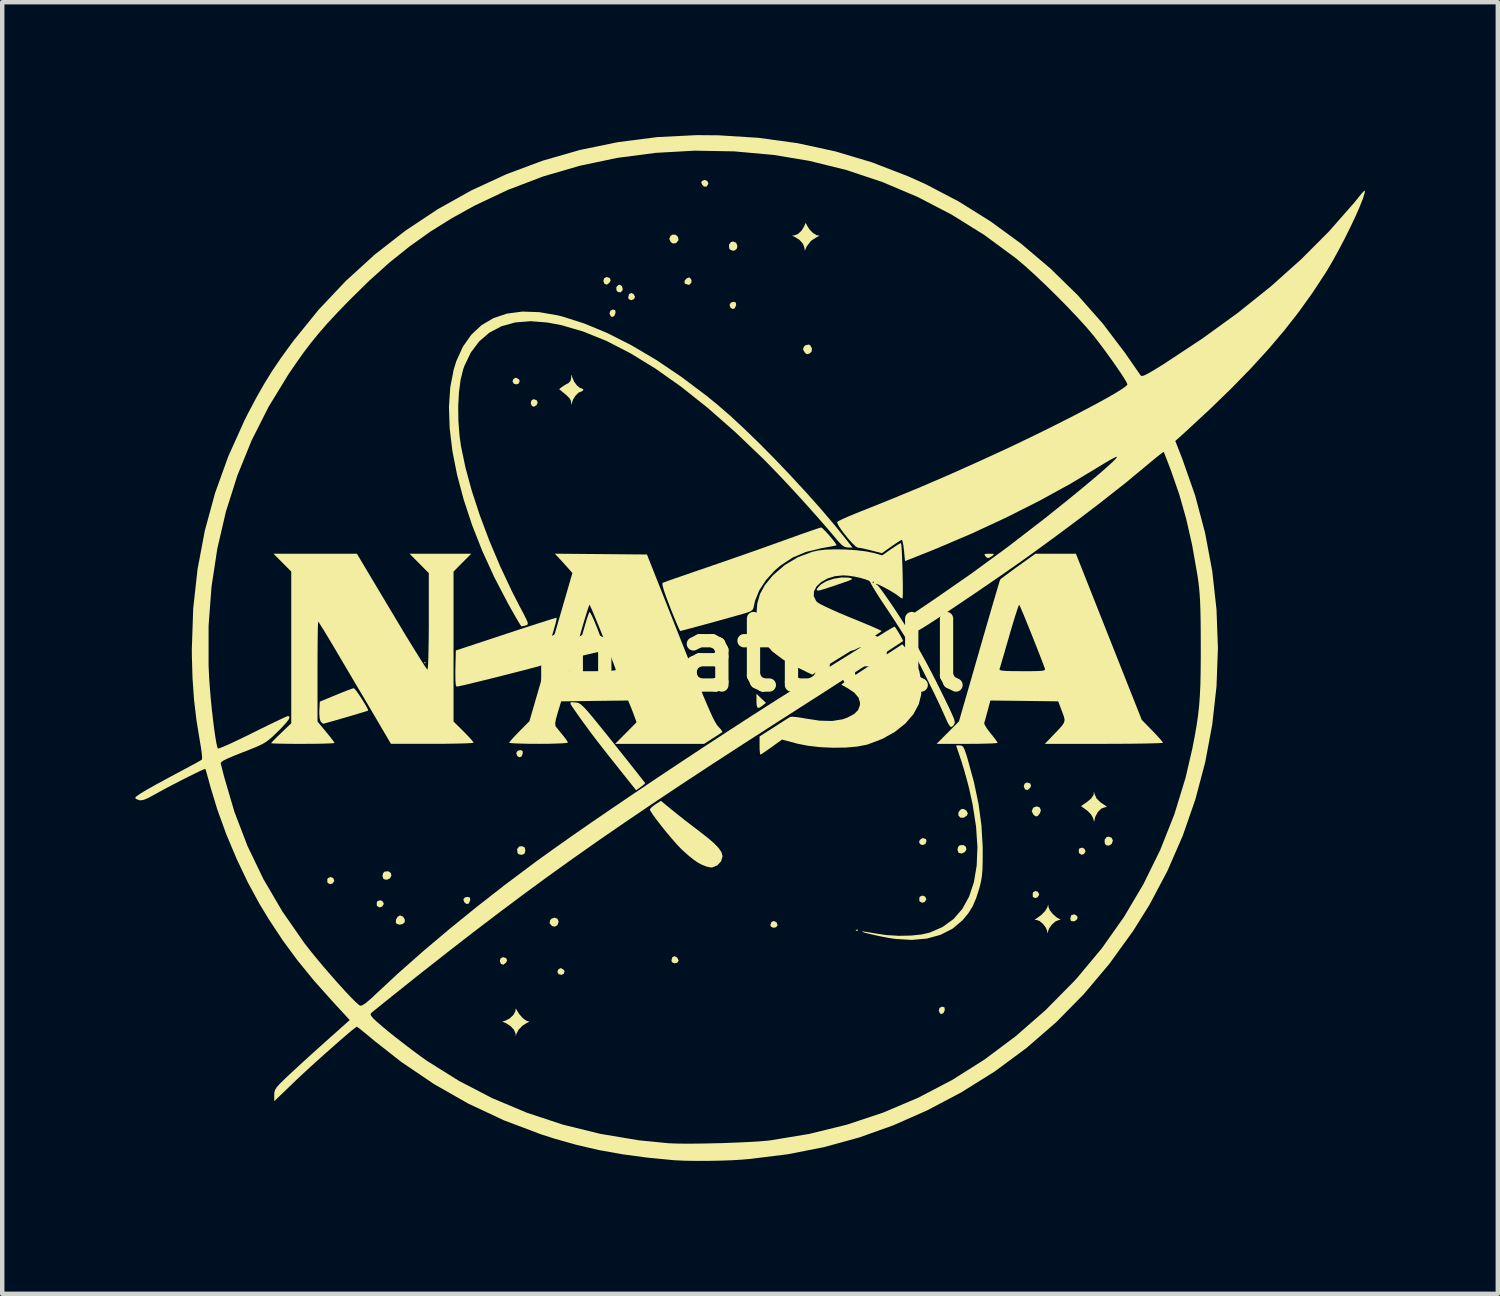
<source format=kicad_pcb>
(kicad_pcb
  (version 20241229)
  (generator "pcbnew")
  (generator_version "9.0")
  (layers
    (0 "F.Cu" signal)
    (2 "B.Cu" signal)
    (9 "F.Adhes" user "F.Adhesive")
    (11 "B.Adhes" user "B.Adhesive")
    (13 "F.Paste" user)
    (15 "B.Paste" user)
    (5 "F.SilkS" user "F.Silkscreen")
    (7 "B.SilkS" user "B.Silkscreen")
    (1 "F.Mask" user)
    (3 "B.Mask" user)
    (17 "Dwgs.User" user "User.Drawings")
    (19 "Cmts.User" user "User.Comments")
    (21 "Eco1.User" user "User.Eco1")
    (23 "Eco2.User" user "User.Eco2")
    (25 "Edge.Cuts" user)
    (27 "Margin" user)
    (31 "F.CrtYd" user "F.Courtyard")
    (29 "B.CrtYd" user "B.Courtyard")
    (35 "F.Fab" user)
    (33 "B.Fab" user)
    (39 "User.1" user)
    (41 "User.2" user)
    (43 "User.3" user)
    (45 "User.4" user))
  (footprint "meatball"
    (layer "F.Cu")
    (at 13.851 11.734)
    (property "Reference" "meatball" (at 0 0 0) (layer "F.SilkS") (effects (font (size 1.5 1.5) (thickness 0.3))))
    (attr board_only exclude_from_pos_files exclude_from_bom)
    (fp_poly (pts (xy -7.292 0.174) (xy -7.309 0.192) (xy -7.327 0.174) (xy -7.309 0.157)) (stroke (width 0) (type solid)) (fill yes) (layer "F.SilkS"))
    (fp_poly (pts (xy 2.466 6.205) (xy 2.461 6.225) (xy 2.442 6.228) (xy 2.414 6.215) (xy 2.419 6.205) (xy 2.46 6.2)) (stroke (width 0) (type solid)) (fill yes) (layer "F.SilkS"))
    (fp_poly (pts (xy -6.292 5.478) (xy -6.287 5.536) (xy -6.317 5.609) (xy -6.369 5.622) (xy -6.418 5.585) (xy -6.443 5.519) (xy -6.408 5.473) (xy -6.346 5.46)) (stroke (width 0) (type solid)) (fill yes) (layer "F.SilkS"))
    (fp_poly (pts (xy -5.106 2.164) (xy -5.1 2.222) (xy -5.13 2.295) (xy -5.183 2.308) (xy -5.223 2.281) (xy -5.249 2.22) (xy -5.22 2.166) (xy -5.158 2.146)) (stroke (width 0) (type solid)) (fill yes) (layer "F.SilkS"))
    (fp_poly (pts (xy -2.6 -8.147) (xy -2.567 -8.087) (xy -2.59 -8.032) (xy -2.655 -8.007) (xy -2.711 -8.034) (xy -2.721 -8.075) (xy -2.7 -8.149) (xy -2.648 -8.17)) (stroke (width 0) (type solid)) (fill yes) (layer "F.SilkS"))
    (fp_poly (pts (xy -1.615 6.831) (xy -1.582 6.896) (xy -1.61 6.945) (xy -1.677 6.961) (xy -1.734 6.935) (xy -1.745 6.893) (xy -1.723 6.819) (xy -1.671 6.799)) (stroke (width 0) (type solid)) (fill yes) (layer "F.SilkS"))
    (fp_poly (pts (xy -0.291 -7.954) (xy -0.285 -7.897) (xy -0.316 -7.824) (xy -0.368 -7.81) (xy -0.409 -7.837) (xy -0.434 -7.899) (xy -0.405 -7.952) (xy -0.343 -7.972)) (stroke (width 0) (type solid)) (fill yes) (layer "F.SilkS"))
    (fp_poly (pts (xy 0.281 0.979) (xy 0.388 1.081) (xy 0.312 1.142) (xy 0.239 1.192) (xy 0.196 1.189) (xy 0.178 1.128) (xy 0.174 1.04) (xy 0.174 0.877)) (stroke (width 0) (type solid)) (fill yes) (layer "F.SilkS"))
    (fp_poly (pts (xy 0.628 6.037) (xy 0.652 6.101) (xy 0.615 6.146) (xy 0.556 6.158) (xy 0.499 6.132) (xy 0.488 6.092) (xy 0.513 6.026) (xy 0.569 6.004)) (stroke (width 0) (type solid)) (fill yes) (layer "F.SilkS"))
    (fp_poly (pts (xy -5.243 -6.256) (xy -5.185 -6.218) (xy -5.171 -6.188) (xy -5.187 -6.131) (xy -5.243 -6.107) (xy -5.303 -6.123) (xy -5.332 -6.171) (xy -5.315 -6.226) (xy -5.266 -6.257)) (stroke (width 0) (type solid)) (fill yes) (layer "F.SilkS"))
    (fp_poly (pts (xy -5.058 4.345) (xy -5.042 4.414) (xy -5.061 4.485) (xy -5.12 4.512) (xy -5.194 4.499) (xy -5.22 4.468) (xy -5.228 4.382) (xy -5.186 4.326) (xy -5.12 4.315)) (stroke (width 0) (type solid)) (fill yes) (layer "F.SilkS"))
    (fp_poly (pts (xy -4.787 -5.749) (xy -4.764 -5.693) (xy -4.79 -5.639) (xy -4.849 -5.602) (xy -4.896 -5.623) (xy -4.922 -5.684) (xy -4.905 -5.745) (xy -4.856 -5.774) (xy -4.853 -5.774)) (stroke (width 0) (type solid)) (fill yes) (layer "F.SilkS"))
    (fp_poly (pts (xy -4.231 7.072) (xy -4.173 7.11) (xy -4.159 7.14) (xy -4.175 7.197) (xy -4.231 7.221) (xy -4.291 7.205) (xy -4.32 7.157) (xy -4.303 7.102) (xy -4.254 7.071)) (stroke (width 0) (type solid)) (fill yes) (layer "F.SilkS"))
    (fp_poly (pts (xy -3.013 -7.781) (xy -3.007 -7.722) (xy -3.036 -7.652) (xy -3.084 -7.629) (xy -3.116 -7.646) (xy -3.143 -7.709) (xy -3.124 -7.77) (xy -3.069 -7.798) (xy -3.068 -7.798)) (stroke (width 0) (type solid)) (fill yes) (layer "F.SilkS"))
    (fp_poly (pts (xy -2.862 -8.328) (xy -2.845 -8.261) (xy -2.852 -8.225) (xy -2.893 -8.186) (xy -2.951 -8.192) (xy -2.987 -8.232) (xy -2.989 -8.306) (xy -2.942 -8.352) (xy -2.915 -8.356)) (stroke (width 0) (type solid)) (fill yes) (layer "F.SilkS"))
    (fp_poly (pts (xy -0.938 -10.701) (xy -0.912 -10.648) (xy -0.913 -10.636) (xy -0.948 -10.574) (xy -1.006 -10.572) (xy -1.047 -10.607) (xy -1.073 -10.666) (xy -1.055 -10.7) (xy -0.995 -10.723)) (stroke (width 0) (type solid)) (fill yes) (layer "F.SilkS"))
    (fp_poly (pts (xy 4.001 4.159) (xy 4.012 4.201) (xy 3.986 4.268) (xy 3.922 4.291) (xy 3.873 4.274) (xy 3.843 4.226) (xy 3.863 4.172) (xy 3.918 4.137) (xy 3.941 4.134)) (stroke (width 0) (type solid)) (fill yes) (layer "F.SilkS"))
    (fp_poly (pts (xy 4.418 7.955) (xy 4.425 8.013) (xy 4.396 8.083) (xy 4.348 8.106) (xy 4.315 8.089) (xy 4.288 8.027) (xy 4.307 7.966) (xy 4.362 7.938) (xy 4.364 7.938)) (stroke (width 0) (type solid)) (fill yes) (layer "F.SilkS"))
    (fp_poly (pts (xy 7.378 5.866) (xy 7.422 5.908) (xy 7.414 5.963) (xy 7.363 6.005) (xy 7.335 6.012) (xy 7.274 6.005) (xy 7.257 5.953) (xy 7.278 5.876) (xy 7.339 5.856)) (stroke (width 0) (type solid)) (fill yes) (layer "F.SilkS"))
    (fp_poly (pts (xy 8.192 4.127) (xy 8.219 4.19) (xy 8.196 4.261) (xy 8.13 4.305) (xy 8.066 4.294) (xy 8.037 4.257) (xy 8.032 4.172) (xy 8.074 4.113) (xy 8.125 4.1)) (stroke (width 0) (type solid)) (fill yes) (layer "F.SilkS"))
    (fp_poly (pts (xy -9.38 5.036) (xy -9.356 5.091) (xy -9.357 5.102) (xy -9.393 5.158) (xy -9.452 5.174) (xy -9.504 5.145) (xy -9.512 5.129) (xy -9.513 5.061) (xy -9.497 5.035) (xy -9.438 5.012)) (stroke (width 0) (type solid)) (fill yes) (layer "F.SilkS"))
    (fp_poly (pts (xy -8.264 5.559) (xy -8.239 5.614) (xy -8.241 5.626) (xy -8.277 5.681) (xy -8.336 5.697) (xy -8.387 5.669) (xy -8.396 5.652) (xy -8.396 5.584) (xy -8.381 5.558) (xy -8.321 5.536)) (stroke (width 0) (type solid)) (fill yes) (layer "F.SilkS"))
    (fp_poly (pts (xy -8.077 4.924) (xy -8.066 4.985) (xy -8.103 5.044) (xy -8.17 5.074) (xy -8.235 5.062) (xy -8.244 5.055) (xy -8.269 4.991) (xy -8.252 4.922) (xy -8.217 4.889) (xy -8.133 4.883)) (stroke (width 0) (type solid)) (fill yes) (layer "F.SilkS"))
    (fp_poly (pts (xy -5.475 6.842) (xy -5.455 6.895) (xy -5.479 6.945) (xy -5.539 6.992) (xy -5.591 6.975) (xy -5.594 6.972) (xy -5.62 6.911) (xy -5.603 6.85) (xy -5.551 6.821) (xy -5.55 6.821)) (stroke (width 0) (type solid)) (fill yes) (layer "F.SilkS"))
    (fp_poly (pts (xy -4.32 5.954) (xy -4.291 6.017) (xy -4.291 6.018) (xy -4.317 6.097) (xy -4.378 6.133) (xy -4.44 6.119) (xy -4.495 6.059) (xy -4.485 5.988) (xy -4.453 5.952) (xy -4.383 5.929)) (stroke (width 0) (type solid)) (fill yes) (layer "F.SilkS"))
    (fp_poly (pts (xy -3.138 -8.509) (xy -3.117 -8.456) (xy -3.141 -8.407) (xy -3.201 -8.359) (xy -3.253 -8.376) (xy -3.256 -8.379) (xy -3.282 -8.441) (xy -3.265 -8.502) (xy -3.214 -8.531) (xy -3.212 -8.531)) (stroke (width 0) (type solid)) (fill yes) (layer "F.SilkS"))
    (fp_poly (pts (xy -1.649 -9.485) (xy -1.597 -9.436) (xy -1.586 -9.368) (xy -1.589 -9.359) (xy -1.641 -9.295) (xy -1.713 -9.288) (xy -1.759 -9.318) (xy -1.794 -9.391) (xy -1.766 -9.458) (xy -1.718 -9.489)) (stroke (width 0) (type solid)) (fill yes) (layer "F.SilkS"))
    (fp_poly (pts (xy -1.329 -8.515) (xy -1.292 -8.463) (xy -1.297 -8.4) (xy -1.338 -8.359) (xy -1.359 -8.356) (xy -1.427 -8.374) (xy -1.45 -8.394) (xy -1.448 -8.446) (xy -1.407 -8.496) (xy -1.353 -8.521)) (stroke (width 0) (type solid)) (fill yes) (layer "F.SilkS"))
    (fp_poly (pts (xy -0.285 -9.305) (xy -0.257 -9.235) (xy -0.267 -9.176) (xy -0.314 -9.132) (xy -0.354 -9.124) (xy -0.419 -9.148) (xy -0.441 -9.176) (xy -0.447 -9.26) (xy -0.404 -9.319) (xy -0.354 -9.333)) (stroke (width 0) (type solid)) (fill yes) (layer "F.SilkS"))
    (fp_poly (pts (xy 3.982 5.455) (xy 4.007 5.509) (xy 4.006 5.521) (xy 3.97 5.577) (xy 3.911 5.593) (xy 3.859 5.564) (xy 3.851 5.548) (xy 3.85 5.48) (xy 3.866 5.453) (xy 3.925 5.431)) (stroke (width 0) (type solid)) (fill yes) (layer "F.SilkS"))
    (fp_poly (pts (xy 4.89 3.496) (xy 4.92 3.524) (xy 4.945 3.58) (xy 4.92 3.629) (xy 4.851 3.674) (xy 4.778 3.672) (xy 4.731 3.624) (xy 4.733 3.551) (xy 4.78 3.49) (xy 4.832 3.472)) (stroke (width 0) (type solid)) (fill yes) (layer "F.SilkS"))
    (fp_poly (pts (xy 4.902 4.331) (xy 4.913 4.392) (xy 4.876 4.451) (xy 4.809 4.481) (xy 4.744 4.469) (xy 4.735 4.462) (xy 4.71 4.398) (xy 4.727 4.329) (xy 4.763 4.296) (xy 4.846 4.29)) (stroke (width 0) (type solid)) (fill yes) (layer "F.SilkS"))
    (fp_poly (pts (xy 5.511 -2.283) (xy 5.533 -2.272) (xy 5.505 -2.243) (xy 5.493 -2.234) (xy 5.424 -2.19) (xy 5.379 -2.193) (xy 5.338 -2.233) (xy 5.319 -2.267) (xy 5.347 -2.282) (xy 5.428 -2.285)) (stroke (width 0) (type solid)) (fill yes) (layer "F.SilkS"))
    (fp_poly (pts (xy 6.352 2.9) (xy 6.373 2.953) (xy 6.349 3.002) (xy 6.289 3.05) (xy 6.237 3.033) (xy 6.234 3.03) (xy 6.208 2.968) (xy 6.225 2.907) (xy 6.276 2.878) (xy 6.278 2.878)) (stroke (width 0) (type solid)) (fill yes) (layer "F.SilkS"))
    (fp_poly (pts (xy 6.522 5.344) (xy 6.553 5.393) (xy 6.553 5.416) (xy 6.518 5.471) (xy 6.462 5.488) (xy 6.416 5.462) (xy 6.41 5.45) (xy 6.41 5.379) (xy 6.419 5.356) (xy 6.468 5.327)) (stroke (width 0) (type solid)) (fill yes) (layer "F.SilkS"))
    (fp_poly (pts (xy 7.577 4.375) (xy 7.601 4.43) (xy 7.599 4.439) (xy 7.564 4.496) (xy 7.506 4.509) (xy 7.458 4.473) (xy 7.452 4.462) (xy 7.449 4.395) (xy 7.463 4.368) (xy 7.521 4.348)) (stroke (width 0) (type solid)) (fill yes) (layer "F.SilkS"))
    (fp_poly (pts (xy -7.802 5.908) (xy -7.763 5.975) (xy -7.766 6.032) (xy -7.812 6.074) (xy -7.883 6.087) (xy -7.946 6.069) (xy -7.965 6.045) (xy -7.963 5.975) (xy -7.925 5.909) (xy -7.871 5.879) (xy -7.871 5.879)) (stroke (width 0) (type solid)) (fill yes) (layer "F.SilkS"))
    (fp_poly (pts (xy 1.39 -6.987) (xy 1.427 -6.915) (xy 1.417 -6.844) (xy 1.375 -6.807) (xy 1.322 -6.789) (xy 1.291 -6.801) (xy 1.263 -6.828) (xy 1.223 -6.902) (xy 1.251 -6.968) (xy 1.286 -6.993) (xy 1.358 -7.007)) (stroke (width 0) (type solid)) (fill yes) (layer "F.SilkS"))
    (fp_poly (pts (xy 6.566 3.441) (xy 6.594 3.502) (xy 6.594 3.503) (xy 6.573 3.572) (xy 6.527 3.629) (xy 6.49 3.646) (xy 6.45 3.625) (xy 6.427 3.604) (xy 6.387 3.529) (xy 6.416 3.456) (xy 6.433 3.44) (xy 6.502 3.417)) (stroke (width 0) (type solid)) (fill yes) (layer "F.SilkS"))
    (fp_poly (pts (xy 2.246 -1.746) (xy 2.263 -1.743) (xy 2.313 -1.732) (xy 2.332 -1.719) (xy 2.314 -1.701) (xy 2.249 -1.673) (xy 2.133 -1.632) (xy 1.99 -1.583) (xy 1.809 -1.522) (xy 1.683 -1.482) (xy 1.604 -1.459) (xy 1.559 -1.453) (xy 1.54 -1.459) (xy 1.535 -1.477) (xy 1.535 -1.48) (xy 1.56 -1.521) (xy 1.62 -1.583) (xy 1.639 -1.599) (xy 1.76 -1.669) (xy 1.921 -1.721) (xy 2.092 -1.749)) (stroke (width 0) (type solid)) (fill yes) (layer "F.SilkS"))
    (fp_poly (pts (xy 7.798 3.11) (xy 7.806 3.14) (xy 7.851 3.241) (xy 7.941 3.328) (xy 8.007 3.372) (xy 8.07 3.415) (xy 8.076 3.433) (xy 8.041 3.437) (xy 7.959 3.467) (xy 7.88 3.544) (xy 7.824 3.647) (xy 7.814 3.681) (xy 7.795 3.768) (xy 7.771 3.678) (xy 7.728 3.602) (xy 7.65 3.521) (xy 7.624 3.501) (xy 7.5 3.412) (xy 7.64 3.315) (xy 7.733 3.236) (xy 7.781 3.162) (xy 7.785 3.144) (xy 7.789 3.093)) (stroke (width 0) (type solid)) (fill yes) (layer "F.SilkS"))
    (fp_poly (pts (xy -5.243 8.002) (xy -5.24 8.01) (xy -5.181 8.107) (xy -5.102 8.196) (xy -5.025 8.253) (xy -5.005 8.26) (xy -4.957 8.274) (xy -4.973 8.29) (xy -5.007 8.304) (xy -5.108 8.368) (xy -5.195 8.458) (xy -5.243 8.548) (xy -5.257 8.597) (xy -5.262 8.577) (xy -5.264 8.545) (xy -5.298 8.463) (xy -5.376 8.378) (xy -5.477 8.312) (xy -5.495 8.304) (xy -5.565 8.277) (xy -5.495 8.255) (xy -5.396 8.204) (xy -5.313 8.126) (xy -5.268 8.044) (xy -5.266 8.026) (xy -5.26 7.981)) (stroke (width 0) (type solid)) (fill yes) (layer "F.SilkS"))
    (fp_poly (pts (xy 1.297 -9.732) (xy 1.309 -9.704) (xy 1.367 -9.61) (xy 1.447 -9.527) (xy 1.527 -9.477) (xy 1.557 -9.47) (xy 1.596 -9.465) (xy 1.573 -9.449) (xy 1.543 -9.437) (xy 1.408 -9.35) (xy 1.31 -9.225) (xy 1.295 -9.193) (xy 1.27 -9.134) (xy 1.261 -9.138) (xy 1.258 -9.185) (xy 1.226 -9.279) (xy 1.145 -9.37) (xy 1.038 -9.437) (xy 1.036 -9.437) (xy 0.984 -9.461) (xy 0.995 -9.469) (xy 1.03 -9.47) (xy 1.11 -9.502) (xy 1.191 -9.577) (xy 1.251 -9.675) (xy 1.26 -9.699) (xy 1.279 -9.748)) (stroke (width 0) (type solid)) (fill yes) (layer "F.SilkS"))
    (fp_poly (pts (xy -3.997 -6.318) (xy -3.982 -6.263) (xy -3.942 -6.17) (xy -3.879 -6.085) (xy -3.811 -6.029) (xy -3.778 -6.019) (xy -3.737 -5.997) (xy -3.733 -5.984) (xy -3.761 -5.952) (xy -3.779 -5.949) (xy -3.844 -5.92) (xy -3.914 -5.849) (xy -3.969 -5.76) (xy -3.987 -5.705) (xy -3.999 -5.649) (xy -4.005 -5.66) (xy -4.008 -5.693) (xy -4.018 -5.747) (xy -4.048 -5.797) (xy -4.112 -5.86) (xy -4.196 -5.931) (xy -4.28 -6) (xy -4.207 -6.056) (xy -4.127 -6.108) (xy -4.073 -6.134) (xy -4.024 -6.185) (xy -4.008 -6.253) (xy -4.004 -6.319)) (stroke (width 0) (type solid)) (fill yes) (layer "F.SilkS"))
    (fp_poly (pts (xy 6.763 5.657) (xy 6.765 5.689) (xy 6.794 5.761) (xy 6.862 5.846) (xy 6.946 5.921) (xy 7.013 5.959) (xy 7.043 5.975) (xy 7.006 5.981) (xy 7.006 5.981) (xy 6.925 6.013) (xy 6.842 6.086) (xy 6.778 6.176) (xy 6.759 6.229) (xy 6.747 6.283) (xy 6.741 6.27) (xy 6.739 6.242) (xy 6.709 6.159) (xy 6.644 6.073) (xy 6.565 6.006) (xy 6.5 5.983) (xy 6.456 5.979) (xy 6.475 5.96) (xy 6.498 5.946) (xy 6.603 5.869) (xy 6.691 5.778) (xy 6.741 5.694) (xy 6.743 5.687) (xy 6.757 5.638)) (stroke (width 0) (type solid)) (fill yes) (layer "F.SilkS"))
    (fp_poly (pts (xy -8.885 0.777) (xy -8.832 0.846) (xy -8.767 0.942) (xy -8.7 1.047) (xy -8.641 1.145) (xy -8.601 1.22) (xy -8.59 1.255) (xy -8.59 1.256) (xy -8.625 1.268) (xy -8.713 1.295) (xy -8.84 1.333) (xy -8.99 1.377) (xy -9.15 1.424) (xy -9.305 1.469) (xy -9.442 1.508) (xy -9.545 1.537) (xy -9.6 1.552) (xy -9.605 1.553) (xy -9.638 1.529) (xy -9.662 1.503) (xy -9.685 1.438) (xy -9.694 1.326) (xy -9.693 1.253) (xy -9.682 1.053) (xy -9.316 0.902) (xy -9.166 0.841) (xy -9.04 0.792) (xy -8.951 0.76) (xy -8.914 0.75)) (stroke (width 0) (type solid)) (fill yes) (layer "F.SilkS"))
    (fp_poly (pts (xy -3.575 -0.949) (xy -3.535 -0.874) (xy -3.482 -0.756) (xy -3.421 -0.605) (xy -3.403 -0.559) (xy -3.342 -0.397) (xy -3.293 -0.261) (xy -3.261 -0.162) (xy -3.248 -0.112) (xy -3.249 -0.109) (xy -3.287 -0.097) (xy -3.375 -0.073) (xy -3.497 -0.044) (xy -3.524 -0.038) (xy -3.658 -0.007) (xy -3.77 0.02) (xy -3.84 0.038) (xy -3.845 0.039) (xy -3.882 0.042) (xy -3.887 0.008) (xy -3.871 -0.059) (xy -3.848 -0.14) (xy -3.811 -0.268) (xy -3.767 -0.426) (xy -3.729 -0.558) (xy -3.684 -0.713) (xy -3.644 -0.844) (xy -3.612 -0.934) (xy -3.596 -0.97)) (stroke (width 0) (type solid)) (fill yes) (layer "F.SilkS"))
    (fp_poly (pts (xy -1.733 3.498) (xy -1.6 3.605) (xy -1.434 3.736) (xy -1.258 3.871) (xy -1.131 3.968) (xy -0.928 4.126) (xy -0.779 4.254) (xy -0.678 4.36) (xy -0.618 4.449) (xy -0.594 4.529) (xy -0.593 4.55) (xy -0.625 4.657) (xy -0.705 4.745) (xy -0.814 4.793) (xy -0.857 4.797) (xy -0.945 4.779) (xy -1.059 4.735) (xy -1.134 4.696) (xy -1.242 4.623) (xy -1.373 4.517) (xy -1.502 4.401) (xy -1.53 4.374) (xy -1.627 4.271) (xy -1.739 4.143) (xy -1.858 4.002) (xy -1.974 3.858) (xy -2.078 3.723) (xy -2.162 3.609) (xy -2.216 3.525) (xy -2.233 3.487) (xy -2.205 3.449) (xy -2.138 3.394) (xy -2.107 3.373) (xy -1.983 3.293)) (stroke (width 0) (type solid)) (fill yes) (layer "F.SilkS"))
    (fp_poly (pts (xy -3.938 1.069) (xy -3.917 1.071) (xy -3.878 1.075) (xy -3.841 1.086) (xy -3.802 1.108) (xy -3.754 1.148) (xy -3.692 1.21) (xy -3.612 1.3) (xy -3.508 1.425) (xy -3.374 1.589) (xy -3.206 1.797) (xy -3.058 1.982) (xy -2.886 2.198) (xy -2.728 2.396) (xy -2.59 2.57) (xy -2.478 2.713) (xy -2.395 2.819) (xy -2.347 2.881) (xy -2.338 2.895) (xy -2.363 2.922) (xy -2.426 2.971) (xy -2.44 2.981) (xy -2.542 3.054) (xy -2.939 2.556) (xy -3.145 2.297) (xy -3.316 2.079) (xy -3.461 1.892) (xy -3.588 1.723) (xy -3.707 1.561) (xy -3.826 1.396) (xy -3.927 1.252) (xy -3.993 1.156) (xy -4.024 1.1) (xy -4.023 1.072) (xy -3.994 1.065)) (stroke (width 0) (type solid)) (fill yes) (layer "F.SilkS"))
    (fp_poly (pts (xy -4.339 -0.803) (xy -4.36 -0.712) (xy -4.396 -0.583) (xy -4.442 -0.429) (xy -4.494 -0.266) (xy -4.547 -0.105) (xy -4.597 0.039) (xy -4.639 0.152) (xy -4.669 0.22) (xy -4.679 0.234) (xy -4.723 0.249) (xy -4.825 0.277) (xy -4.972 0.316) (xy -5.155 0.364) (xy -5.362 0.417) (xy -5.583 0.473) (xy -5.806 0.529) (xy -6.021 0.582) (xy -6.217 0.63) (xy -6.383 0.67) (xy -6.508 0.698) (xy -6.581 0.714) (xy -6.594 0.715) (xy -6.612 0.681) (xy -6.621 0.577) (xy -6.623 0.406) (xy -6.622 0.307) (xy -6.612 -0.101) (xy -5.479 -0.476) (xy -5.212 -0.564) (xy -4.967 -0.644) (xy -4.751 -0.713) (xy -4.573 -0.77) (xy -4.439 -0.812) (xy -4.358 -0.836) (xy -4.336 -0.841)) (stroke (width 0) (type solid)) (fill yes) (layer "F.SilkS"))
    (fp_poly (pts (xy 4.807 2.048) (xy 4.841 2.077) (xy 4.873 2.142) (xy 4.912 2.255) (xy 4.935 2.329) (xy 5.082 2.865) (xy 5.187 3.365) (xy 5.252 3.845) (xy 5.28 4.322) (xy 5.281 4.448) (xy 5.28 4.674) (xy 5.275 4.847) (xy 5.263 4.985) (xy 5.244 5.104) (xy 5.216 5.223) (xy 5.205 5.262) (xy 5.132 5.493) (xy 5.053 5.675) (xy 4.957 5.83) (xy 4.833 5.98) (xy 4.821 5.992) (xy 4.599 6.179) (xy 4.331 6.316) (xy 4.024 6.401) (xy 3.681 6.432) (xy 3.306 6.409) (xy 3.257 6.402) (xy 3.127 6.381) (xy 2.982 6.353) (xy 2.838 6.322) (xy 2.709 6.292) (xy 2.611 6.266) (xy 2.559 6.248) (xy 2.555 6.243) (xy 2.594 6.243) (xy 2.683 6.255) (xy 2.806 6.277) (xy 2.846 6.284) (xy 3.108 6.323) (xy 3.386 6.339) (xy 3.66 6.334) (xy 3.906 6.308) (xy 4.084 6.267) (xy 4.374 6.141) (xy 4.619 5.963) (xy 4.819 5.734) (xy 4.973 5.456) (xy 5.082 5.129) (xy 5.145 4.756) (xy 5.162 4.338) (xy 5.131 3.876) (xy 5.053 3.373) (xy 4.97 2.996) (xy 4.919 2.803) (xy 4.86 2.592) (xy 4.801 2.401) (xy 4.782 2.342) (xy 4.68 2.041) (xy 4.764 2.041)) (stroke (width 0) (type solid)) (fill yes) (layer "F.SilkS"))
    (fp_poly (pts (xy 3.608 -0.082) (xy 3.753 0.126) (xy 3.851 0.37) (xy 3.899 0.63) (xy 3.893 0.89) (xy 3.839 1.108) (xy 3.717 1.336) (xy 3.534 1.548) (xy 3.299 1.735) (xy 3.021 1.892) (xy 2.706 2.012) (xy 2.652 2.028) (xy 2.443 2.068) (xy 2.187 2.09) (xy 1.905 2.094) (xy 1.616 2.081) (xy 1.34 2.05) (xy 1.099 2.003) (xy 1.082 1.998) (xy 0.75 1.91) (xy 0.515 2.08) (xy 0.405 2.158) (xy 0.318 2.217) (xy 0.268 2.248) (xy 0.262 2.25) (xy 0.253 2.219) (xy 0.246 2.137) (xy 0.244 2.045) (xy 0.244 1.839) (xy 0.567 1.632) (xy 0.702 1.545) (xy 0.818 1.471) (xy 0.901 1.419) (xy 0.934 1.399) (xy 0.986 1.394) (xy 1.088 1.403) (xy 1.219 1.423) (xy 1.264 1.432) (xy 1.598 1.483) (xy 1.881 1.49) (xy 2.117 1.453) (xy 2.226 1.414) (xy 2.378 1.333) (xy 2.469 1.243) (xy 2.509 1.134) (xy 2.512 1.08) (xy 2.479 0.965) (xy 2.383 0.851) (xy 2.231 0.749) (xy 2.207 0.736) (xy 2.133 0.695) (xy 2.095 0.669) (xy 2.093 0.666) (xy 2.121 0.644) (xy 2.2 0.59) (xy 2.32 0.509) (xy 2.475 0.406) (xy 2.657 0.286) (xy 2.779 0.206) (xy 3.465 -0.241)) (stroke (width 0) (type solid)) (fill yes) (layer "F.SilkS"))
    (fp_poly (pts (xy 1.669 -2.855) (xy 1.73 -2.793) (xy 1.806 -2.711) (xy 1.881 -2.622) (xy 1.943 -2.543) (xy 1.978 -2.489) (xy 1.981 -2.476) (xy 1.945 -2.466) (xy 1.855 -2.448) (xy 1.727 -2.425) (xy 1.64 -2.41) (xy 1.292 -2.326) (xy 0.989 -2.198) (xy 0.717 -2.019) (xy 0.583 -1.904) (xy 0.387 -1.688) (xy 0.237 -1.458) (xy 0.143 -1.227) (xy 0.122 -1.135) (xy 0.107 -1.061) (xy 0.081 -1.014) (xy 0.028 -0.98) (xy -0.068 -0.947) (xy -0.134 -0.927) (xy -0.248 -0.895) (xy -0.4 -0.852) (xy -0.578 -0.802) (xy -0.77 -0.749) (xy -0.964 -0.696) (xy -1.148 -0.646) (xy -1.311 -0.602) (xy -1.44 -0.568) (xy -1.523 -0.546) (xy -1.549 -0.541) (xy -1.566 -0.572) (xy -1.604 -0.657) (xy -1.658 -0.785) (xy -1.724 -0.947) (xy -1.774 -1.073) (xy -1.859 -1.296) (xy -1.916 -1.459) (xy -1.945 -1.566) (xy -1.948 -1.62) (xy -1.942 -1.628) (xy -1.9 -1.644) (xy -1.8 -1.681) (xy -1.652 -1.733) (xy -1.463 -1.798) (xy -1.244 -1.874) (xy -1.003 -1.956) (xy -0.959 -1.971) (xy -0.658 -2.075) (xy -0.327 -2.19) (xy 0.015 -2.309) (xy 0.345 -2.426) (xy 0.642 -2.532) (xy 0.79 -2.585) (xy 1.015 -2.666) (xy 1.219 -2.739) (xy 1.392 -2.799) (xy 1.525 -2.845) (xy 1.61 -2.872) (xy 1.635 -2.878)) (stroke (width 0) (type solid)) (fill yes) (layer "F.SilkS"))
    (fp_poly (pts (xy -6.464 -2.084) (xy -6.664 -1.882) (xy -6.664 -0.19) (xy -6.664 1.502) (xy -6.437 1.727) (xy -6.338 1.829) (xy -6.26 1.913) (xy -6.216 1.967) (xy -6.21 1.979) (xy -6.244 1.986) (xy -6.338 1.993) (xy -6.484 1.998) (xy -6.672 2.002) (xy -6.895 2.005) (xy -7.141 2.005) (xy -7.144 2.005) (xy -8.077 2.005) (xy -8.338 1.561) (xy -8.46 1.353) (xy -8.597 1.12) (xy -8.733 0.89) (xy -8.847 0.698) (xy -8.956 0.513) (xy -9.087 0.292) (xy -9.225 0.058) (xy -9.356 -0.164) (xy -9.399 -0.236) (xy -9.499 -0.404) (xy -9.587 -0.549) (xy -9.658 -0.662) (xy -9.703 -0.732) (xy -9.719 -0.75) (xy -9.722 -0.717) (xy -9.726 -0.622) (xy -9.729 -0.473) (xy -9.731 -0.28) (xy -9.733 -0.049) (xy -9.734 0.21) (xy -9.734 0.376) (xy -9.734 1.503) (xy -9.542 1.734) (xy -9.456 1.84) (xy -9.389 1.926) (xy -9.354 1.978) (xy -9.351 1.986) (xy -9.384 1.992) (xy -9.476 1.997) (xy -9.618 2.002) (xy -9.799 2.005) (xy -10.008 2.006) (xy -10.066 2.006) (xy -10.281 2.006) (xy -10.47 2.004) (xy -10.623 2.001) (xy -10.729 1.997) (xy -10.779 1.993) (xy -10.781 1.992) (xy -10.758 1.963) (xy -10.695 1.897) (xy -10.604 1.807) (xy -10.554 1.759) (xy -10.327 1.542) (xy -10.327 -0.17) (xy -10.327 -1.882) (xy -10.527 -2.084) (xy -10.727 -2.285) (xy -9.786 -2.285) (xy -8.845 -2.285) (xy -8.064 -0.977) (xy -7.9 -0.703) (xy -7.747 -0.448) (xy -7.607 -0.22) (xy -7.485 -0.023) (xy -7.385 0.137) (xy -7.311 0.253) (xy -7.265 0.318) (xy -7.253 0.331) (xy -7.245 0.298) (xy -7.238 0.203) (xy -7.232 0.054) (xy -7.228 -0.141) (xy -7.224 -0.374) (xy -7.222 -0.636) (xy -7.222 -0.758) (xy -7.222 -1.847) (xy -7.439 -2.066) (xy -7.656 -2.285) (xy -6.961 -2.285) (xy -6.265 -2.285)) (stroke (width 0) (type solid)) (fill yes) (layer "F.SilkS"))
    (fp_poly (pts (xy -4.73 -7.738) (xy -4.317 -7.667) (xy -4.212 -7.641) (xy -3.712 -7.482) (xy -3.188 -7.264) (xy -2.644 -6.988) (xy -2.087 -6.659) (xy -1.522 -6.278) (xy -0.954 -5.851) (xy -0.698 -5.642) (xy -0.412 -5.394) (xy -0.094 -5.099) (xy 0.246 -4.769) (xy 0.598 -4.413) (xy 0.952 -4.041) (xy 1.3 -3.664) (xy 1.631 -3.292) (xy 1.935 -2.934) (xy 2.176 -2.636) (xy 2.342 -2.425) (xy 2.239 -2.425) (xy 2.17 -2.437) (xy 2.102 -2.481) (xy 2.018 -2.568) (xy 1.984 -2.608) (xy 1.78 -2.85) (xy 1.539 -3.126) (xy 1.276 -3.421) (xy 1.005 -3.718) (xy 0.738 -4.004) (xy 0.49 -4.262) (xy 0.324 -4.43) (xy -0.309 -5.035) (xy -0.925 -5.576) (xy -1.523 -6.052) (xy -2.103 -6.462) (xy -2.665 -6.807) (xy -3.207 -7.086) (xy -3.731 -7.299) (xy -4.234 -7.446) (xy -4.538 -7.503) (xy -4.922 -7.534) (xy -5.27 -7.506) (xy -5.58 -7.42) (xy -5.853 -7.277) (xy -6.085 -7.078) (xy -6.275 -6.825) (xy -6.422 -6.517) (xy -6.448 -6.441) (xy -6.505 -6.21) (xy -6.541 -5.929) (xy -6.558 -5.615) (xy -6.554 -5.284) (xy -6.529 -4.954) (xy -6.495 -4.71) (xy -6.394 -4.228) (xy -6.252 -3.705) (xy -6.071 -3.153) (xy -5.857 -2.583) (xy -5.614 -2.008) (xy -5.346 -1.438) (xy -5.161 -1.077) (xy -5.076 -0.917) (xy -5.021 -0.807) (xy -4.992 -0.738) (xy -4.987 -0.699) (xy -5.002 -0.679) (xy -5.033 -0.667) (xy -5.102 -0.651) (xy -5.13 -0.646) (xy -5.152 -0.675) (xy -5.202 -0.755) (xy -5.273 -0.876) (xy -5.36 -1.029) (xy -5.433 -1.16) (xy -5.743 -1.754) (xy -6.014 -2.346) (xy -6.245 -2.933) (xy -6.435 -3.509) (xy -6.584 -4.068) (xy -6.69 -4.606) (xy -6.751 -5.118) (xy -6.767 -5.598) (xy -6.738 -6.041) (xy -6.66 -6.442) (xy -6.602 -6.629) (xy -6.454 -6.956) (xy -6.264 -7.227) (xy -6.034 -7.443) (xy -5.763 -7.603) (xy -5.455 -7.706) (xy -5.11 -7.751)) (stroke (width 0) (type solid)) (fill yes) (layer "F.SilkS"))
    (fp_poly (pts (xy -3.337 -2.277) (xy -2.298 -2.268) (xy -1.553 -0.388) (xy -1.388 0.026) (xy -1.246 0.38) (xy -1.126 0.679) (xy -1.024 0.926) (xy -0.939 1.127) (xy -0.869 1.286) (xy -0.813 1.409) (xy -0.766 1.5) (xy -0.729 1.563) (xy -0.699 1.604) (xy -0.694 1.609) (xy -0.63 1.68) (xy -0.597 1.729) (xy -0.596 1.74) (xy -0.631 1.764) (xy -0.708 1.815) (xy -0.81 1.88) (xy -1.008 2.006) (xy -2.012 2.006) (xy -3.016 2.006) (xy -2.774 1.763) (xy -2.533 1.519) (xy -2.58 1.388) (xy -2.625 1.267) (xy -2.672 1.15) (xy -2.675 1.142) (xy -2.723 1.028) (xy -3.478 1.037) (xy -4.234 1.047) (xy -4.313 1.307) (xy -4.353 1.449) (xy -4.369 1.541) (xy -4.364 1.598) (xy -4.351 1.621) (xy -4.305 1.679) (xy -4.235 1.765) (xy -4.196 1.812) (xy -4.131 1.895) (xy -4.09 1.958) (xy -4.082 1.978) (xy -4.115 1.986) (xy -4.207 1.994) (xy -4.348 2) (xy -4.526 2.005) (xy -4.731 2.006) (xy -4.745 2.006) (xy -4.951 2.005) (xy -5.132 2.001) (xy -5.275 1.996) (xy -5.371 1.989) (xy -5.408 1.981) (xy -5.408 1.981) (xy -5.385 1.947) (xy -5.323 1.876) (xy -5.233 1.78) (xy -5.179 1.725) (xy -4.951 1.495) (xy -4.623 0.366) (xy -4.042 0.366) (xy -3.521 0.366) (xy -3.34 0.365) (xy -3.186 0.36) (xy -3.071 0.353) (xy -3.009 0.345) (xy -3.001 0.34) (xy -3.013 0.299) (xy -3.047 0.205) (xy -3.098 0.072) (xy -3.162 -0.092) (xy -3.234 -0.274) (xy -3.31 -0.463) (xy -3.385 -0.648) (xy -3.455 -0.818) (xy -3.515 -0.962) (xy -3.561 -1.068) (xy -3.589 -1.126) (xy -3.594 -1.134) (xy -3.609 -1.102) (xy -3.639 -1.015) (xy -3.68 -0.883) (xy -3.73 -0.719) (xy -3.759 -0.619) (xy -3.817 -0.417) (xy -3.874 -0.217) (xy -3.925 -0.038) (xy -3.965 0.099) (xy -3.974 0.131) (xy -4.042 0.366) (xy -4.623 0.366) (xy -4.466 -0.177) (xy -3.981 -1.849) (xy -4.057 -1.936) (xy -4.128 -2.016) (xy -4.217 -2.114) (xy -4.255 -2.155) (xy -4.376 -2.286)) (stroke (width 0) (type solid)) (fill yes) (layer "F.SilkS"))
    (fp_poly (pts (xy 8.128 -0.41) (xy 8.871 1.465) (xy 9.111 1.71) (xy 9.213 1.817) (xy 9.293 1.906) (xy 9.341 1.965) (xy 9.351 1.981) (xy 9.317 1.986) (xy 9.221 1.992) (xy 9.071 1.996) (xy 8.873 2) (xy 8.636 2.003) (xy 8.367 2.005) (xy 8.073 2.006) (xy 8.017 2.006) (xy 6.684 2.006) (xy 6.876 1.806) (xy 6.996 1.681) (xy 7.075 1.592) (xy 7.117 1.525) (xy 7.129 1.464) (xy 7.115 1.394) (xy 7.081 1.301) (xy 7.069 1.27) (xy 6.985 1.047) (xy 6.219 1.037) (xy 5.454 1.028) (xy 5.391 1.264) (xy 5.357 1.388) (xy 5.33 1.486) (xy 5.314 1.538) (xy 5.314 1.538) (xy 5.328 1.582) (xy 5.377 1.661) (xy 5.452 1.76) (xy 5.459 1.768) (xy 5.537 1.866) (xy 5.593 1.942) (xy 5.617 1.982) (xy 5.617 1.984) (xy 5.584 1.99) (xy 5.492 1.997) (xy 5.351 2.001) (xy 5.171 2.005) (xy 4.964 2.006) (xy 4.929 2.006) (xy 4.241 2.006) (xy 4.493 1.753) (xy 4.745 1.499) (xy 5.084 0.323) (xy 5.66 0.323) (xy 5.67 0.34) (xy 5.718 0.353) (xy 5.813 0.361) (xy 5.962 0.365) (xy 6.173 0.366) (xy 6.176 0.366) (xy 6.378 0.366) (xy 6.521 0.363) (xy 6.613 0.358) (xy 6.665 0.348) (xy 6.686 0.333) (xy 6.686 0.312) (xy 6.684 0.305) (xy 6.622 0.141) (xy 6.55 -0.046) (xy 6.471 -0.245) (xy 6.391 -0.448) (xy 6.313 -0.641) (xy 6.242 -0.817) (xy 6.181 -0.963) (xy 6.135 -1.07) (xy 6.108 -1.127) (xy 6.103 -1.134) (xy 6.088 -1.102) (xy 6.057 -1.013) (xy 6.013 -0.876) (xy 5.959 -0.701) (xy 5.899 -0.499) (xy 5.879 -0.427) (xy 5.817 -0.215) (xy 5.762 -0.023) (xy 5.715 0.136) (xy 5.681 0.253) (xy 5.662 0.316) (xy 5.66 0.323) (xy 5.084 0.323) (xy 5.202 -0.088) (xy 5.294 -0.408) (xy 5.381 -0.708) (xy 5.46 -0.98) (xy 5.53 -1.218) (xy 5.588 -1.416) (xy 5.633 -1.567) (xy 5.662 -1.664) (xy 5.674 -1.7) (xy 5.707 -1.729) (xy 5.786 -1.789) (xy 5.9 -1.874) (xy 6.038 -1.975) (xy 6.08 -2.005) (xy 6.471 -2.285) (xy 6.928 -2.285) (xy 7.385 -2.285)) (stroke (width 0) (type solid)) (fill yes) (layer "F.SilkS"))
    (fp_poly (pts (xy 3.436 -2.525) (xy 3.444 -2.485) (xy 3.451 -2.391) (xy 3.459 -2.255) (xy 3.465 -2.091) (xy 3.471 -1.913) (xy 3.475 -1.734) (xy 3.478 -1.567) (xy 3.478 -1.427) (xy 3.476 -1.325) (xy 3.471 -1.276) (xy 3.469 -1.273) (xy 3.424 -1.294) (xy 3.387 -1.323) (xy 3.324 -1.37) (xy 3.228 -1.43) (xy 3.119 -1.493) (xy 3.011 -1.549) (xy 2.924 -1.591) (xy 2.873 -1.607) (xy 2.868 -1.606) (xy 2.876 -1.589) (xy 2.891 -1.587) (xy 2.921 -1.56) (xy 2.982 -1.483) (xy 3.066 -1.367) (xy 3.166 -1.224) (xy 3.276 -1.062) (xy 3.388 -0.892) (xy 3.496 -0.724) (xy 3.592 -0.57) (xy 3.67 -0.437) (xy 3.68 -0.419) (xy 3.741 -0.31) (xy 3.822 -0.164) (xy 3.91 -0.006) (xy 3.952 0.07) (xy 4.031 0.215) (xy 4.124 0.392) (xy 4.225 0.589) (xy 4.327 0.793) (xy 4.424 0.991) (xy 4.511 1.17) (xy 4.58 1.318) (xy 4.625 1.422) (xy 4.636 1.45) (xy 4.652 1.532) (xy 4.621 1.59) (xy 4.608 1.603) (xy 4.579 1.623) (xy 4.553 1.62) (xy 4.522 1.583) (xy 4.48 1.504) (xy 4.421 1.373) (xy 4.397 1.318) (xy 4.314 1.136) (xy 4.207 0.91) (xy 4.083 0.658) (xy 3.953 0.396) (xy 3.823 0.141) (xy 3.703 -0.09) (xy 3.601 -0.28) (xy 3.572 -0.331) (xy 3.509 -0.437) (xy 3.416 -0.585) (xy 3.303 -0.761) (xy 3.179 -0.949) (xy 3.091 -1.082) (xy 2.978 -1.252) (xy 2.881 -1.403) (xy 2.806 -1.526) (xy 2.758 -1.611) (xy 2.746 -1.64) (xy 2.791 -1.64) (xy 2.809 -1.622) (xy 2.826 -1.64) (xy 2.809 -1.657) (xy 2.791 -1.64) (xy 2.746 -1.64) (xy 2.743 -1.647) (xy 2.714 -1.675) (xy 2.633 -1.707) (xy 2.518 -1.74) (xy 2.385 -1.769) (xy 2.252 -1.789) (xy 2.137 -1.797) (xy 2.136 -1.797) (xy 1.944 -1.778) (xy 1.774 -1.725) (xy 1.634 -1.646) (xy 1.531 -1.549) (xy 1.473 -1.44) (xy 1.467 -1.328) (xy 1.52 -1.22) (xy 1.544 -1.193) (xy 1.599 -1.157) (xy 1.708 -1.101) (xy 1.861 -1.03) (xy 2.045 -0.948) (xy 2.251 -0.862) (xy 2.311 -0.837) (xy 2.514 -0.754) (xy 2.694 -0.679) (xy 2.84 -0.617) (xy 2.943 -0.57) (xy 2.995 -0.544) (xy 2.999 -0.541) (xy 2.974 -0.52) (xy 2.901 -0.47) (xy 2.777 -0.39) (xy 2.601 -0.278) (xy 2.371 -0.134) (xy 2.084 0.044) (xy 1.74 0.256) (xy 1.685 0.29) (xy 1.433 0.445) (xy 1.066 0.266) (xy 0.767 0.099) (xy 0.533 -0.078) (xy 0.361 -0.272) (xy 0.247 -0.488) (xy 0.187 -0.73) (xy 0.174 -0.925) (xy 0.193 -1.164) (xy 0.253 -1.374) (xy 0.362 -1.573) (xy 0.527 -1.777) (xy 0.551 -1.802) (xy 0.809 -2.027) (xy 1.108 -2.206) (xy 1.432 -2.327) (xy 1.56 -2.357) (xy 1.729 -2.377) (xy 1.944 -2.384) (xy 2.181 -2.38) (xy 2.419 -2.365) (xy 2.633 -2.34) (xy 2.802 -2.306) (xy 2.806 -2.306) (xy 3.012 -2.248) (xy 3.218 -2.393) (xy 3.32 -2.461) (xy 3.397 -2.509) (xy 3.435 -2.525)) (stroke (width 0) (type solid)) (fill yes) (layer "F.SilkS"))
    (fp_poly (pts (xy -0.683 -11.73) (xy 0.22 -11.673) (xy 1.095 -11.553) (xy 1.947 -11.369) (xy 2.78 -11.12) (xy 3.598 -10.804) (xy 3.994 -10.626) (xy 4.736 -10.238) (xy 5.458 -9.787) (xy 6.151 -9.281) (xy 6.809 -8.723) (xy 7.424 -8.122) (xy 7.99 -7.482) (xy 8.5 -6.809) (xy 8.524 -6.774) (xy 8.629 -6.622) (xy 8.722 -6.488) (xy 8.794 -6.384) (xy 8.838 -6.321) (xy 8.845 -6.311) (xy 8.868 -6.297) (xy 8.911 -6.304) (xy 8.982 -6.336) (xy 9.089 -6.396) (xy 9.241 -6.488) (xy 9.369 -6.568) (xy 10.243 -7.145) (xy 11.051 -7.731) (xy 11.794 -8.327) (xy 12.474 -8.936) (xy 13.095 -9.559) (xy 13.658 -10.199) (xy 13.76 -10.325) (xy 13.842 -10.425) (xy 13.889 -10.474) (xy 13.907 -10.477) (xy 13.904 -10.439) (xy 13.902 -10.429) (xy 13.861 -10.296) (xy 13.789 -10.115) (xy 13.694 -9.898) (xy 13.58 -9.657) (xy 13.454 -9.403) (xy 13.32 -9.148) (xy 13.186 -8.904) (xy 13.056 -8.683) (xy 13.013 -8.614) (xy 12.724 -8.174) (xy 12.417 -7.745) (xy 12.085 -7.321) (xy 11.723 -6.895) (xy 11.326 -6.461) (xy 10.887 -6.011) (xy 10.401 -5.54) (xy 9.861 -5.04) (xy 9.794 -4.979) (xy 9.628 -4.83) (xy 9.782 -4.438) (xy 10.075 -3.603) (xy 10.301 -2.753) (xy 10.462 -1.893) (xy 10.558 -1.026) (xy 10.59 -0.156) (xy 10.558 0.711) (xy 10.462 1.572) (xy 10.303 2.423) (xy 10.081 3.26) (xy 9.797 4.078) (xy 9.451 4.873) (xy 9.044 5.641) (xy 8.677 6.228) (xy 8.141 6.97) (xy 7.561 7.658) (xy 6.937 8.292) (xy 6.268 8.872) (xy 5.554 9.4) (xy 4.794 9.875) (xy 4.03 10.278) (xy 3.265 10.616) (xy 2.491 10.892) (xy 1.7 11.109) (xy 0.882 11.27) (xy 0.027 11.376) (xy -0.153 11.391) (xy -0.376 11.405) (xy -0.635 11.414) (xy -0.911 11.419) (xy -1.184 11.42) (xy -1.433 11.416) (xy -1.639 11.407) (xy -1.692 11.404) (xy -2.3 11.345) (xy -2.856 11.27) (xy -3.379 11.176) (xy -3.884 11.059) (xy -4.391 10.916) (xy -4.695 10.818) (xy -5.526 10.504) (xy -6.33 10.127) (xy -7.103 9.687) (xy -7.841 9.188) (xy -8.463 8.699) (xy -8.597 8.587) (xy -8.712 8.493) (xy -8.797 8.425) (xy -8.843 8.393) (xy -8.847 8.391) (xy -8.882 8.414) (xy -8.962 8.476) (xy -9.076 8.573) (xy -9.219 8.696) (xy -9.382 8.839) (xy -9.558 8.995) (xy -9.738 9.156) (xy -9.915 9.317) (xy -10.081 9.47) (xy -10.229 9.609) (xy -10.266 9.645) (xy -10.711 10.073) (xy -10.711 9.934) (xy -10.708 9.87) (xy -10.691 9.815) (xy -10.653 9.755) (xy -10.584 9.678) (xy -10.476 9.572) (xy -10.416 9.515) (xy -10.295 9.402) (xy -10.137 9.256) (xy -9.954 9.089) (xy -9.76 8.914) (xy -9.571 8.744) (xy -9.564 8.738) (xy -9.007 8.241) (xy -9.412 7.801) (xy -9.823 7.34) (xy -10.186 6.894) (xy -10.516 6.446) (xy -10.825 5.978) (xy -11.042 5.622) (xy -11.307 5.134) (xy -11.561 4.6) (xy -11.794 4.045) (xy -11.995 3.491) (xy -12.144 3.001) (xy -12.188 2.84) (xy -12.225 2.707) (xy -12.252 2.613) (xy -12.265 2.572) (xy -12.266 2.571) (xy -12.299 2.581) (xy -12.382 2.618) (xy -12.504 2.677) (xy -12.654 2.751) (xy -12.82 2.835) (xy -12.991 2.923) (xy -13.156 3.01) (xy -13.302 3.089) (xy -13.404 3.146) (xy -13.55 3.225) (xy -13.653 3.269) (xy -13.727 3.282) (xy -13.761 3.277) (xy -13.828 3.251) (xy -13.851 3.225) (xy -13.822 3.192) (xy -13.735 3.131) (xy -13.588 3.042) (xy -13.38 2.925) (xy -13.111 2.779) (xy -12.892 2.662) (xy -12.718 2.569) (xy -12.565 2.487) (xy -12.444 2.421) (xy -12.367 2.376) (xy -12.344 2.361) (xy -12.339 2.319) (xy -12.347 2.223) (xy -12.365 2.089) (xy -12.388 1.953) (xy -12.467 1.469) (xy -12.522 1.003) (xy -12.555 0.529) (xy -12.564 0.24) (xy -12.193 0.24) (xy -12.181 0.502) (xy -12.165 0.729) (xy -12.145 0.971) (xy -12.121 1.215) (xy -12.094 1.451) (xy -12.067 1.668) (xy -12.04 1.854) (xy -12.015 1.998) (xy -11.993 2.09) (xy -11.984 2.112) (xy -11.949 2.106) (xy -11.86 2.071) (xy -11.727 2.013) (xy -11.558 1.934) (xy -11.361 1.839) (xy -11.201 1.76) (xy -10.988 1.654) (xy -10.795 1.56) (xy -10.63 1.481) (xy -10.504 1.421) (xy -10.424 1.386) (xy -10.4 1.378) (xy -10.364 1.395) (xy -10.378 1.446) (xy -10.443 1.533) (xy -10.561 1.66) (xy -10.633 1.731) (xy -10.737 1.832) (xy -10.823 1.908) (xy -10.905 1.968) (xy -10.998 2.021) (xy -11.116 2.075) (xy -11.275 2.14) (xy -11.419 2.196) (xy -11.619 2.275) (xy -11.761 2.336) (xy -11.853 2.381) (xy -11.903 2.416) (xy -11.919 2.445) (xy -11.918 2.454) (xy -11.901 2.517) (xy -11.874 2.623) (xy -11.845 2.739) (xy -11.611 3.538) (xy -11.315 4.311) (xy -10.955 5.059) (xy -10.53 5.785) (xy -10.038 6.494) (xy -10.028 6.507) (xy -9.903 6.668) (xy -9.758 6.846) (xy -9.601 7.034) (xy -9.438 7.222) (xy -9.278 7.404) (xy -9.127 7.571) (xy -8.992 7.714) (xy -8.882 7.825) (xy -8.803 7.896) (xy -8.77 7.917) (xy -8.722 7.908) (xy -8.641 7.854) (xy -8.521 7.752) (xy -8.413 7.65) (xy -7.91 7.182) (xy -7.354 6.691) (xy -6.757 6.187) (xy -6.129 5.677) (xy -5.48 5.171) (xy -4.82 4.677) (xy -4.763 4.635) (xy -4.412 4.383) (xy -4.01 4.099) (xy -3.565 3.79) (xy -3.084 3.461) (xy -2.575 3.116) (xy -2.048 2.762) (xy -1.508 2.403) (xy -0.966 2.045) (xy -0.428 1.694) (xy 0.097 1.354) (xy 0.602 1.031) (xy 1.078 0.731) (xy 1.517 0.458) (xy 1.539 0.444) (xy 1.778 0.297) (xy 2.038 0.135) (xy 2.298 -0.027) (xy 2.539 -0.179) (xy 2.742 -0.307) (xy 2.753 -0.314) (xy 2.923 -0.422) (xy 3.072 -0.514) (xy 3.19 -0.585) (xy 3.267 -0.629) (xy 3.295 -0.64) (xy 3.33 -0.59) (xy 3.379 -0.512) (xy 3.429 -0.426) (xy 3.468 -0.353) (xy 3.483 -0.316) (xy 3.483 -0.315) (xy 3.446 -0.289) (xy 3.352 -0.227) (xy 3.204 -0.13) (xy 3.004 -0.000126) (xy 2.754 0.162) (xy 2.456 0.354) (xy 2.112 0.574) (xy 1.726 0.823) (xy 1.298 1.097) (xy 0.832 1.396) (xy 0.68 1.493) (xy -0.113 2.003) (xy -0.852 2.483) (xy -1.545 2.938) (xy -2.197 3.373) (xy -2.817 3.793) (xy -3.411 4.202) (xy -3.985 4.606) (xy -4.547 5.009) (xy -5.103 5.417) (xy -5.66 5.834) (xy -6.226 6.265) (xy -6.806 6.715) (xy -7.409 7.189) (xy -8.04 7.692) (xy -8.507 8.068) (xy -8.537 8.103) (xy -8.525 8.144) (xy -8.476 8.203) (xy -8.399 8.276) (xy -8.277 8.382) (xy -8.122 8.51) (xy -7.944 8.652) (xy -7.756 8.798) (xy -7.569 8.94) (xy -7.394 9.069) (xy -7.257 9.166) (xy -6.541 9.614) (xy -5.79 10.004) (xy -5.005 10.334) (xy -4.19 10.603) (xy -3.348 10.81) (xy -2.482 10.955) (xy -1.814 11.021) (xy -1.651 11.028) (xy -1.433 11.031) (xy -1.174 11.03) (xy -0.889 11.025) (xy -0.594 11.018) (xy -0.301 11.007) (xy -0.027 10.995) (xy 0.215 10.981) (xy 0.41 10.965) (xy 0.488 10.956) (xy 1.366 10.811) (xy 2.215 10.602) (xy 3.035 10.329) (xy 3.827 9.993) (xy 4.59 9.594) (xy 5.323 9.131) (xy 6.026 8.605) (xy 6.699 8.017) (xy 7.342 7.366) (xy 7.419 7.281) (xy 7.972 6.618) (xy 8.469 5.914) (xy 8.908 5.174) (xy 9.288 4.401) (xy 9.606 3.599) (xy 9.86 2.771) (xy 10.013 2.111) (xy 10.065 1.841) (xy 10.107 1.601) (xy 10.14 1.377) (xy 10.165 1.156) (xy 10.182 0.926) (xy 10.194 0.673) (xy 10.2 0.386) (xy 10.203 0.051) (xy 10.203 -0.227) (xy 10.202 -0.552) (xy 10.199 -0.818) (xy 10.194 -1.038) (xy 10.187 -1.222) (xy 10.177 -1.381) (xy 10.164 -1.528) (xy 10.146 -1.674) (xy 10.123 -1.83) (xy 10.122 -1.832) (xy 10.009 -2.477) (xy 9.874 -3.073) (xy 9.714 -3.635) (xy 9.534 -4.152) (xy 9.474 -4.31) (xy 9.423 -4.443) (xy 9.386 -4.538) (xy 9.367 -4.581) (xy 9.366 -4.583) (xy 9.337 -4.566) (xy 9.266 -4.512) (xy 9.163 -4.429) (xy 9.038 -4.326) (xy 9.03 -4.319) (xy 8.515 -3.892) (xy 7.963 -3.457) (xy 7.519 -3.118) (xy 7.178 -2.863) (xy 6.871 -2.635) (xy 6.586 -2.427) (xy 6.312 -2.229) (xy 6.037 -2.034) (xy 5.75 -1.834) (xy 5.44 -1.62) (xy 5.094 -1.384) (xy 4.701 -1.119) (xy 4.698 -1.117) (xy 4.423 -0.932) (xy 4.2 -0.785) (xy 4.025 -0.672) (xy 3.893 -0.591) (xy 3.798 -0.537) (xy 3.736 -0.51) (xy 3.702 -0.505) (xy 3.694 -0.51) (xy 3.607 -0.646) (xy 3.556 -0.736) (xy 3.538 -0.79) (xy 3.546 -0.817) (xy 3.583 -0.844) (xy 3.668 -0.903) (xy 3.794 -0.99) (xy 3.951 -1.096) (xy 4.129 -1.217) (xy 4.186 -1.255) (xy 5.023 -1.836) (xy 5.859 -2.448) (xy 6.708 -3.103) (xy 7.205 -3.502) (xy 7.475 -3.722) (xy 7.714 -3.921) (xy 7.918 -4.094) (xy 8.084 -4.24) (xy 8.208 -4.353) (xy 8.286 -4.431) (xy 8.314 -4.471) (xy 8.312 -4.475) (xy 8.271 -4.462) (xy 8.184 -4.417) (xy 8.062 -4.347) (xy 7.918 -4.26) (xy 7.893 -4.244) (xy 7.253 -3.86) (xy 6.556 -3.478) (xy 5.813 -3.103) (xy 5.036 -2.742) (xy 4.236 -2.401) (xy 3.918 -2.273) (xy 3.527 -2.119) (xy 3.504 -2.359) (xy 3.489 -2.478) (xy 3.472 -2.564) (xy 3.457 -2.599) (xy 3.456 -2.599) (xy 3.418 -2.581) (xy 3.34 -2.531) (xy 3.236 -2.461) (xy 3.218 -2.448) (xy 3.004 -2.297) (xy 2.767 -2.359) (xy 2.637 -2.391) (xy 2.526 -2.414) (xy 2.46 -2.423) (xy 2.412 -2.451) (xy 2.339 -2.521) (xy 2.251 -2.618) (xy 2.161 -2.729) (xy 2.08 -2.838) (xy 2.021 -2.93) (xy 1.995 -2.991) (xy 1.995 -3.001) (xy 2.029 -3.024) (xy 2.117 -3.068) (xy 2.249 -3.126) (xy 2.413 -3.195) (xy 2.546 -3.248) (xy 3.238 -3.525) (xy 3.899 -3.799) (xy 4.553 -4.081) (xy 5.227 -4.383) (xy 5.635 -4.57) (xy 5.986 -4.734) (xy 6.336 -4.902) (xy 6.679 -5.07) (xy 7.011 -5.236) (xy 7.325 -5.395) (xy 7.615 -5.547) (xy 7.877 -5.686) (xy 8.103 -5.811) (xy 8.289 -5.919) (xy 8.429 -6.006) (xy 8.517 -6.069) (xy 8.548 -6.105) (xy 8.528 -6.154) (xy 8.473 -6.247) (xy 8.389 -6.376) (xy 8.283 -6.531) (xy 8.163 -6.701) (xy 8.035 -6.877) (xy 7.906 -7.049) (xy 7.785 -7.205) (xy 7.626 -7.393) (xy 7.426 -7.613) (xy 7.197 -7.855) (xy 6.95 -8.105) (xy 6.698 -8.352) (xy 6.452 -8.585) (xy 6.225 -8.79) (xy 6.029 -8.955) (xy 6.019 -8.963) (xy 5.316 -9.481) (xy 4.578 -9.94) (xy 3.811 -10.339) (xy 3.017 -10.675) (xy 2.201 -10.947) (xy 1.367 -11.153) (xy 0.576 -11.285) (xy -0.324 -11.367) (xy -1.217 -11.383) (xy -2.098 -11.334) (xy -2.964 -11.221) (xy -3.812 -11.043) (xy -4.639 -10.802) (xy -5.439 -10.497) (xy -6.182 -10.146) (xy -6.705 -9.857) (xy -7.193 -9.552) (xy -7.656 -9.222) (xy -8.11 -8.858) (xy -8.566 -8.448) (xy -9.02 -8.002) (xy -9.286 -7.727) (xy -9.511 -7.485) (xy -9.707 -7.26) (xy -9.887 -7.039) (xy -10.062 -6.808) (xy -10.242 -6.552) (xy -10.391 -6.333) (xy -10.837 -5.604) (xy -11.221 -4.843) (xy -11.542 -4.054) (xy -11.801 -3.238) (xy -11.996 -2.399) (xy -12.127 -1.537) (xy -12.193 -0.657) (xy -12.193 0.24) (xy -12.564 0.24) (xy -12.57 0.02) (xy -12.571 -0.14) (xy -12.54 -1.048) (xy -12.442 -1.936) (xy -12.278 -2.804) (xy -12.047 -3.653) (xy -11.748 -4.483) (xy -11.382 -5.296) (xy -11.308 -5.443) (xy -11.119 -5.801) (xy -10.94 -6.116) (xy -10.759 -6.409) (xy -10.561 -6.702) (xy -10.332 -7.017) (xy -10.279 -7.089) (xy -9.71 -7.792) (xy -9.096 -8.442) (xy -8.442 -9.038) (xy -7.749 -9.578) (xy -7.02 -10.062) (xy -6.26 -10.487) (xy -5.469 -10.852) (xy -4.652 -11.157) (xy -3.811 -11.399) (xy -2.95 -11.576) (xy -2.07 -11.689) (xy -1.176 -11.734)) (stroke (width 0) (type solid)) (fill yes) (layer "F.SilkS")))
  (gr_rect
    (start -3 -3)
    (end 30.759 26.154)
    (stroke (width 0.1) (type default))
    (fill no)
    (layer "Edge.Cuts")))
</source>
